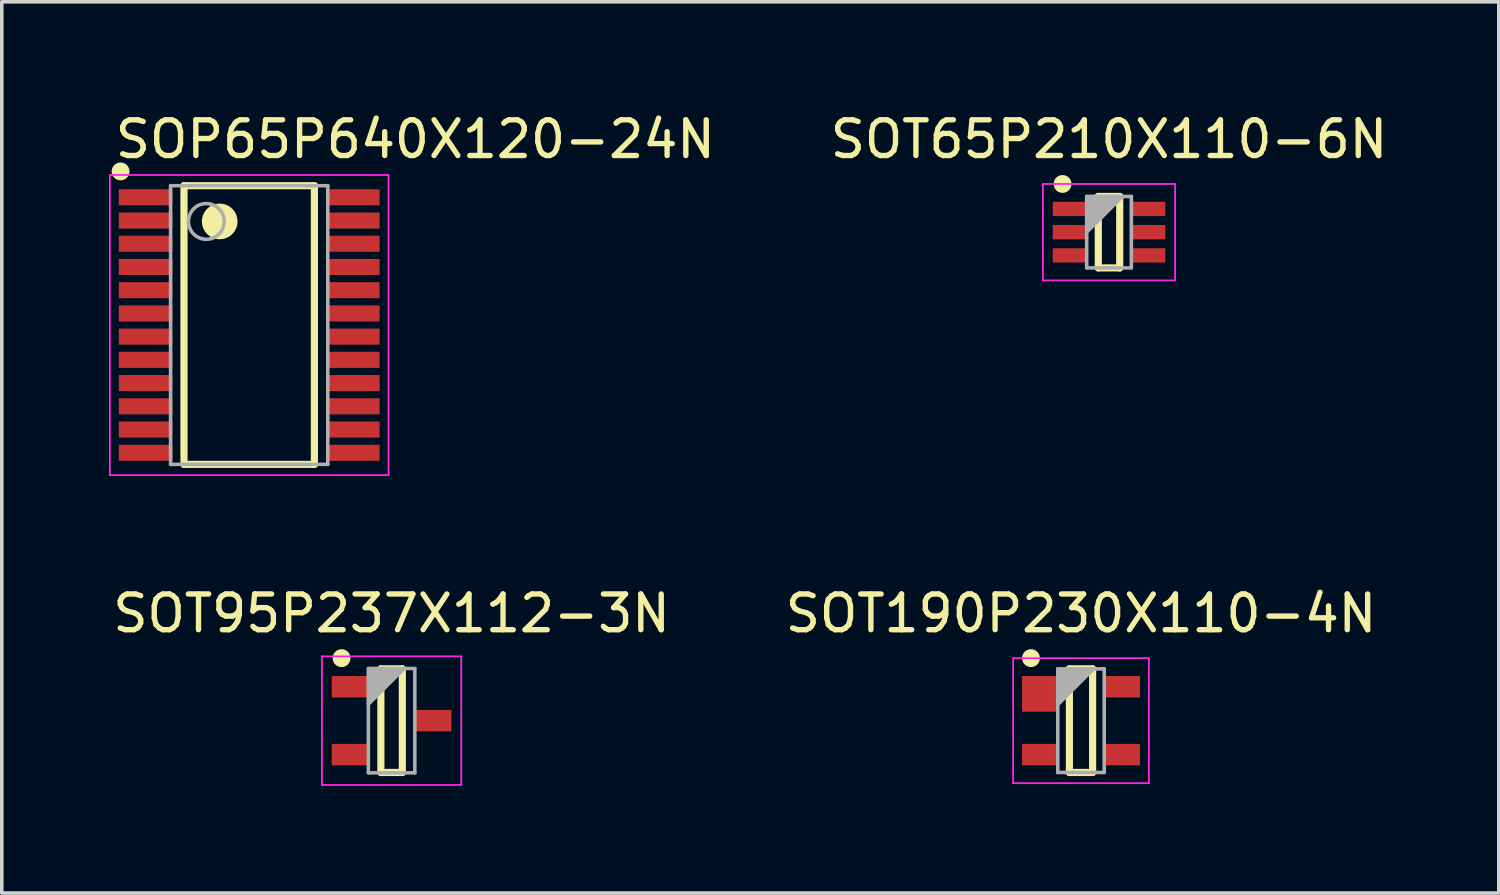
<source format=kicad_pcb>
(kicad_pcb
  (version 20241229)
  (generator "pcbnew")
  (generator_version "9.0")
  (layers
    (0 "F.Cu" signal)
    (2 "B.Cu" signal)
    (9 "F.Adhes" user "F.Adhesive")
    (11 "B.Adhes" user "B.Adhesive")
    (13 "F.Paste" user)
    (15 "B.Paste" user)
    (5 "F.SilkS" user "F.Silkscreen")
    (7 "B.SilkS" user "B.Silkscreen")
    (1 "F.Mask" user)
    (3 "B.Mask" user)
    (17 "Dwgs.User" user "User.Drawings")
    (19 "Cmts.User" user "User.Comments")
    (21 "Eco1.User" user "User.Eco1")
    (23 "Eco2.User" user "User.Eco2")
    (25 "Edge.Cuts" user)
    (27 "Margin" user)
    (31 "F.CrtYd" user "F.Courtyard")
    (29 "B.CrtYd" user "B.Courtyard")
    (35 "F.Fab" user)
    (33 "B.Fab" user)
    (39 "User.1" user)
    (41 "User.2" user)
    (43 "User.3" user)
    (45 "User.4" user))
  (footprint "SOT65P210X110-6N"
    (layer "F.Cu")
    (at 27.992 3.449)
    (property "Reference" "SOT65P210X110-6N" (at 0 -2.601 180) (layer "F.SilkS") (effects (font (size 1 1) (thickness 0.15))))
    (attr smd)
    (fp_line (start -0.3 -1) (end 0.3 -1) (stroke (width 0.2) (type solid)) (layer "F.SilkS"))
    (fp_line (start -0.3 1) (end -0.3 -1) (stroke (width 0.2) (type solid)) (layer "F.SilkS"))
    (fp_line (start -0.3 1) (end 0.3 1) (stroke (width 0.2) (type solid)) (layer "F.SilkS"))
    (fp_line (start 0.3 1) (end 0.3 -1) (stroke (width 0.2) (type solid)) (layer "F.SilkS"))
    (fp_circle (center -1.3 -1.35) (end -1.175 -1.35) (stroke (width 0.25) (type solid)) (fill no) (layer "F.SilkS"))
    (fp_line (start -1.85 -1.35) (end 1.85 -1.35) (stroke (width 0.05) (type solid)) (layer "F.CrtYd"))
    (fp_line (start -1.85 1.35) (end -1.85 -1.35) (stroke (width 0.05) (type solid)) (layer "F.CrtYd"))
    (fp_line (start -1.85 1.35) (end 1.85 1.35) (stroke (width 0.05) (type solid)) (layer "F.CrtYd"))
    (fp_line (start 1.85 1.35) (end 1.85 -1.35) (stroke (width 0.05) (type solid)) (layer "F.CrtYd"))
    (fp_line (start -0.625 -1) (end 0.625 -1) (stroke (width 0.1) (type solid)) (layer "F.Fab"))
    (fp_line (start -0.625 -0.9) (end -0.525 -1) (stroke (width 0.1) (type solid)) (layer "F.Fab"))
    (fp_line (start -0.625 -0.8) (end -0.425 -1) (stroke (width 0.1) (type solid)) (layer "F.Fab"))
    (fp_line (start -0.625 -0.7) (end -0.325 -1) (stroke (width 0.1) (type solid)) (layer "F.Fab"))
    (fp_line (start -0.625 -0.6) (end -0.225 -1) (stroke (width 0.1) (type solid)) (layer "F.Fab"))
    (fp_line (start -0.625 -0.5) (end -0.125 -1) (stroke (width 0.1) (type solid)) (layer "F.Fab"))
    (fp_line (start -0.625 -0.4) (end -0.025 -1) (stroke (width 0.1) (type solid)) (layer "F.Fab"))
    (fp_line (start -0.625 -0.3) (end 0.075 -1) (stroke (width 0.1) (type solid)) (layer "F.Fab"))
    (fp_line (start -0.625 -0.2) (end 0.175 -1) (stroke (width 0.1) (type solid)) (layer "F.Fab"))
    (fp_line (start -0.625 -0.1) (end 0.275 -1) (stroke (width 0.1) (type solid)) (layer "F.Fab"))
    (fp_line (start -0.625 0) (end 0.375 -1) (stroke (width 0.1) (type solid)) (layer "F.Fab"))
    (fp_line (start -0.625 1) (end -0.625 -1) (stroke (width 0.1) (type solid)) (layer "F.Fab"))
    (fp_line (start -0.625 1) (end 0.625 1) (stroke (width 0.1) (type solid)) (layer "F.Fab"))
    (fp_line (start 0.625 1) (end 0.625 -1) (stroke (width 0.1) (type solid)) (layer "F.Fab"))
    (pad "1" smd rect (at -1.1 -0.65) (size 0.95 0.4) (layers "F.Cu" "F.Mask" "F.Paste"))
    (pad "2" smd rect (at -1.1 0) (size 0.95 0.4) (layers "F.Cu" "F.Mask" "F.Paste"))
    (pad "3" smd rect (at -1.1 0.65) (size 0.95 0.4) (layers "F.Cu" "F.Mask" "F.Paste"))
    (pad "4" smd rect (at 1.1 0.65) (size 0.95 0.4) (layers "F.Cu" "F.Mask" "F.Paste"))
    (pad "5" smd rect (at 1.1 0) (size 0.95 0.4) (layers "F.Cu" "F.Mask" "F.Paste"))
    (pad "6" smd rect (at 1.1 -0.65) (size 0.95 0.4) (layers "F.Cu" "F.Mask" "F.Paste")))
  (footprint "SOP65P640X120-24N"
    (layer "F.Cu")
    (at 3.925 6.048)
    (property "Reference" "SOP65P640X120-24N" (at 4.65 -5.2 0) (layer "F.SilkS") (effects (font (size 1 1) (thickness 0.15))))
    (attr smd)
    (fp_line (start -1.825 -3.9) (end 1.825 -3.9) (stroke (width 0.2) (type solid)) (layer "F.SilkS"))
    (fp_line (start -1.825 3.9) (end -1.825 -3.9) (stroke (width 0.2) (type solid)) (layer "F.SilkS"))
    (fp_line (start -1.825 3.9) (end 1.825 3.9) (stroke (width 0.2) (type solid)) (layer "F.SilkS"))
    (fp_line (start 1.825 3.9) (end 1.825 -3.9) (stroke (width 0.2) (type solid)) (layer "F.SilkS"))
    (fp_circle (center -3.6 -4.3) (end -3.475 -4.3) (stroke (width 0.25) (type solid)) (fill no) (layer "F.SilkS"))
    (fp_circle (center -0.825 -2.9) (end -0.575 -2.9) (stroke (width 0.5) (type solid)) (fill no) (layer "F.SilkS"))
    (fp_line (start -3.9 -4.2) (end 3.9 -4.2) (stroke (width 0.05) (type solid)) (layer "F.CrtYd"))
    (fp_line (start -3.9 4.2) (end -3.9 -4.2) (stroke (width 0.05) (type solid)) (layer "F.CrtYd"))
    (fp_line (start -3.9 4.2) (end 3.9 4.2) (stroke (width 0.05) (type solid)) (layer "F.CrtYd"))
    (fp_line (start 3.9 4.2) (end 3.9 -4.2) (stroke (width 0.05) (type solid)) (layer "F.CrtYd"))
    (fp_line (start -2.2 -3.9) (end 2.2 -3.9) (stroke (width 0.1) (type solid)) (layer "F.Fab"))
    (fp_line (start -2.2 3.9) (end -2.2 -3.9) (stroke (width 0.1) (type solid)) (layer "F.Fab"))
    (fp_line (start -2.2 3.9) (end 2.2 3.9) (stroke (width 0.1) (type solid)) (layer "F.Fab"))
    (fp_line (start 2.2 3.9) (end 2.2 -3.9) (stroke (width 0.1) (type solid)) (layer "F.Fab"))
    (fp_circle (center -1.2 -2.9) (end -0.7 -2.9) (stroke (width 0.1) (type solid)) (fill no) (layer "F.Fab"))
    (pad "1" smd rect (at -2.9 -3.575) (size 1.5 0.45) (layers "F.Cu" "F.Mask" "F.Paste"))
    (pad "2" smd rect (at -2.9 -2.925) (size 1.5 0.45) (layers "F.Cu" "F.Mask" "F.Paste"))
    (pad "3" smd rect (at -2.9 -2.275) (size 1.5 0.45) (layers "F.Cu" "F.Mask" "F.Paste"))
    (pad "4" smd rect (at -2.9 -1.625) (size 1.5 0.45) (layers "F.Cu" "F.Mask" "F.Paste"))
    (pad "5" smd rect (at -2.9 -0.975) (size 1.5 0.45) (layers "F.Cu" "F.Mask" "F.Paste"))
    (pad "6" smd rect (at -2.9 -0.325) (size 1.5 0.45) (layers "F.Cu" "F.Mask" "F.Paste"))
    (pad "7" smd rect (at -2.9 0.325) (size 1.5 0.45) (layers "F.Cu" "F.Mask" "F.Paste"))
    (pad "8" smd rect (at -2.9 0.975) (size 1.5 0.45) (layers "F.Cu" "F.Mask" "F.Paste"))
    (pad "9" smd rect (at -2.9 1.625) (size 1.5 0.45) (layers "F.Cu" "F.Mask" "F.Paste"))
    (pad "10" smd rect (at -2.9 2.275) (size 1.5 0.45) (layers "F.Cu" "F.Mask" "F.Paste"))
    (pad "11" smd rect (at -2.9 2.925) (size 1.5 0.45) (layers "F.Cu" "F.Mask" "F.Paste"))
    (pad "12" smd rect (at -2.9 3.575) (size 1.5 0.45) (layers "F.Cu" "F.Mask" "F.Paste"))
    (pad "13" smd rect (at 2.9 3.575) (size 1.5 0.45) (layers "F.Cu" "F.Mask" "F.Paste"))
    (pad "14" smd rect (at 2.9 2.925) (size 1.5 0.45) (layers "F.Cu" "F.Mask" "F.Paste"))
    (pad "15" smd rect (at 2.9 2.275) (size 1.5 0.45) (layers "F.Cu" "F.Mask" "F.Paste"))
    (pad "16" smd rect (at 2.9 1.625) (size 1.5 0.45) (layers "F.Cu" "F.Mask" "F.Paste"))
    (pad "17" smd rect (at 2.9 0.975) (size 1.5 0.45) (layers "F.Cu" "F.Mask" "F.Paste"))
    (pad "18" smd rect (at 2.9 0.325) (size 1.5 0.45) (layers "F.Cu" "F.Mask" "F.Paste"))
    (pad "19" smd rect (at 2.9 -0.325) (size 1.5 0.45) (layers "F.Cu" "F.Mask" "F.Paste"))
    (pad "20" smd rect (at 2.9 -0.975) (size 1.5 0.45) (layers "F.Cu" "F.Mask" "F.Paste"))
    (pad "21" smd rect (at 2.9 -1.625) (size 1.5 0.45) (layers "F.Cu" "F.Mask" "F.Paste"))
    (pad "22" smd rect (at 2.9 -2.275) (size 1.5 0.45) (layers "F.Cu" "F.Mask" "F.Paste"))
    (pad "23" smd rect (at 2.9 -2.925) (size 1.5 0.45) (layers "F.Cu" "F.Mask" "F.Paste"))
    (pad "24" smd rect (at 2.9 -3.575) (size 1.5 0.45) (layers "F.Cu" "F.Mask" "F.Paste")))
  (footprint "SOT190P230X110-4N"
    (layer "F.Cu")
    (at 27.208 17.122)
    (property "Reference" "SOT190P230X110-4N" (at 0 -3.001 0) (layer "F.SilkS") (effects (font (size 1 1) (thickness 0.15))))
    (attr smd)
    (fp_line (start -0.325 -1.45) (end -0.325 1.45) (stroke (width 0.2) (type solid)) (layer "F.SilkS"))
    (fp_line (start 0.325 -1.45) (end -0.325 -1.45) (stroke (width 0.2) (type solid)) (layer "F.SilkS"))
    (fp_line (start 0.325 -1.45) (end 0.325 1.45) (stroke (width 0.2) (type solid)) (layer "F.SilkS"))
    (fp_line (start 0.325 1.45) (end -0.325 1.45) (stroke (width 0.2) (type solid)) (layer "F.SilkS"))
    (fp_circle (center -1.4 -1.75) (end -1.275 -1.75) (stroke (width 0.25) (type solid)) (fill no) (layer "F.SilkS"))
    (fp_line (start -1.9 -1.75) (end -1.9 1.75) (stroke (width 0.05) (type solid)) (layer "F.CrtYd"))
    (fp_line (start 1.9 -1.75) (end -1.9 -1.75) (stroke (width 0.05) (type solid)) (layer "F.CrtYd"))
    (fp_line (start 1.9 -1.75) (end 1.9 1.75) (stroke (width 0.05) (type solid)) (layer "F.CrtYd"))
    (fp_line (start 1.9 1.75) (end -1.9 1.75) (stroke (width 0.05) (type solid)) (layer "F.CrtYd"))
    (fp_line (start -0.65 -1.45) (end -0.65 1.45) (stroke (width 0.1) (type solid)) (layer "F.Fab"))
    (fp_line (start -0.55 -1.45) (end -0.65 -1.35) (stroke (width 0.1) (type solid)) (layer "F.Fab"))
    (fp_line (start -0.45 -1.45) (end -0.65 -1.25) (stroke (width 0.1) (type solid)) (layer "F.Fab"))
    (fp_line (start -0.35 -1.45) (end -0.65 -1.15) (stroke (width 0.1) (type solid)) (layer "F.Fab"))
    (fp_line (start -0.25 -1.45) (end -0.65 -1.05) (stroke (width 0.1) (type solid)) (layer "F.Fab"))
    (fp_line (start -0.15 -1.45) (end -0.65 -0.95) (stroke (width 0.1) (type solid)) (layer "F.Fab"))
    (fp_line (start -0.05 -1.45) (end -0.65 -0.85) (stroke (width 0.1) (type solid)) (layer "F.Fab"))
    (fp_line (start 0.05 -1.45) (end -0.65 -0.75) (stroke (width 0.1) (type solid)) (layer "F.Fab"))
    (fp_line (start 0.15 -1.45) (end -0.65 -0.65) (stroke (width 0.1) (type solid)) (layer "F.Fab"))
    (fp_line (start 0.25 -1.45) (end -0.65 -0.55) (stroke (width 0.1) (type solid)) (layer "F.Fab"))
    (fp_line (start 0.35 -1.45) (end -0.65 -0.45) (stroke (width 0.1) (type solid)) (layer "F.Fab"))
    (fp_line (start 0.65 -1.45) (end -0.65 -1.45) (stroke (width 0.1) (type solid)) (layer "F.Fab"))
    (fp_line (start 0.65 -1.45) (end 0.65 1.45) (stroke (width 0.1) (type solid)) (layer "F.Fab"))
    (fp_line (start 0.65 1.45) (end -0.65 1.45) (stroke (width 0.1) (type solid)) (layer "F.Fab"))
    (pad "1" smd rect (at -1.15 -0.75 270) (size 1 1) (layers "F.Cu" "F.Mask" "F.Paste"))
    (pad "2" smd rect (at -1.15 0.95 180) (size 1 0.6) (layers "F.Cu" "F.Mask" "F.Paste"))
    (pad "3" smd rect (at 1.15 0.95 180) (size 1 0.6) (layers "F.Cu" "F.Mask" "F.Paste"))
    (pad "4" smd rect (at 1.15 -0.95 180) (size 1 0.6) (layers "F.Cu" "F.Mask" "F.Paste")))
  (footprint "SOT95P237X112-3N"
    (layer "F.Cu")
    (at 7.911 17.122)
    (property "Reference" "SOT95P237X112-3N" (at 0 -3.001 0) (layer "F.SilkS") (effects (font (size 1 1) (thickness 0.15))))
    (attr smd)
    (fp_line (start -0.3 -1.45) (end 0.3 -1.45) (stroke (width 0.2) (type solid)) (layer "F.SilkS"))
    (fp_line (start -0.3 1.45) (end -0.3 -1.45) (stroke (width 0.2) (type solid)) (layer "F.SilkS"))
    (fp_line (start -0.3 1.45) (end 0.3 1.45) (stroke (width 0.2) (type solid)) (layer "F.SilkS"))
    (fp_line (start 0.3 1.45) (end 0.3 -1.45) (stroke (width 0.2) (type solid)) (layer "F.SilkS"))
    (fp_circle (center -1.4 -1.75) (end -1.275 -1.75) (stroke (width 0.25) (type solid)) (fill no) (layer "F.SilkS"))
    (fp_line (start -1.95 -1.8) (end 1.95 -1.8) (stroke (width 0.05) (type solid)) (layer "F.CrtYd"))
    (fp_line (start -1.95 1.8) (end -1.95 -1.8) (stroke (width 0.05) (type solid)) (layer "F.CrtYd"))
    (fp_line (start -1.95 1.8) (end 1.95 1.8) (stroke (width 0.05) (type solid)) (layer "F.CrtYd"))
    (fp_line (start 1.95 1.8) (end 1.95 -1.8) (stroke (width 0.05) (type solid)) (layer "F.CrtYd"))
    (fp_line (start -0.65 -1.46) (end 0.65 -1.46) (stroke (width 0.1) (type solid)) (layer "F.Fab"))
    (fp_line (start -0.65 -1.36) (end -0.55 -1.46) (stroke (width 0.1) (type solid)) (layer "F.Fab"))
    (fp_line (start -0.65 -1.26) (end -0.45 -1.46) (stroke (width 0.1) (type solid)) (layer "F.Fab"))
    (fp_line (start -0.65 -1.16) (end -0.35 -1.46) (stroke (width 0.1) (type solid)) (layer "F.Fab"))
    (fp_line (start -0.65 -1.06) (end -0.25 -1.46) (stroke (width 0.1) (type solid)) (layer "F.Fab"))
    (fp_line (start -0.65 -0.96) (end -0.15 -1.46) (stroke (width 0.1) (type solid)) (layer "F.Fab"))
    (fp_line (start -0.65 -0.86) (end -0.05 -1.46) (stroke (width 0.1) (type solid)) (layer "F.Fab"))
    (fp_line (start -0.65 -0.76) (end 0.05 -1.46) (stroke (width 0.1) (type solid)) (layer "F.Fab"))
    (fp_line (start -0.65 -0.66) (end 0.15 -1.46) (stroke (width 0.1) (type solid)) (layer "F.Fab"))
    (fp_line (start -0.65 -0.56) (end 0.25 -1.46) (stroke (width 0.1) (type solid)) (layer "F.Fab"))
    (fp_line (start -0.65 -0.46) (end 0.35 -1.46) (stroke (width 0.1) (type solid)) (layer "F.Fab"))
    (fp_line (start -0.65 1.46) (end -0.65 -1.46) (stroke (width 0.1) (type solid)) (layer "F.Fab"))
    (fp_line (start -0.65 1.46) (end 0.65 1.46) (stroke (width 0.1) (type solid)) (layer "F.Fab"))
    (fp_line (start 0.65 1.46) (end 0.65 -1.46) (stroke (width 0.1) (type solid)) (layer "F.Fab"))
    (pad "1" smd rect (at -1.15 -0.95) (size 1.05 0.6) (layers "F.Cu" "F.Mask" "F.Paste"))
    (pad "2" smd rect (at -1.15 0.95) (size 1.05 0.6) (layers "F.Cu" "F.Mask" "F.Paste"))
    (pad "3" smd rect (at 1.15 0) (size 1.05 0.6) (layers "F.Cu" "F.Mask" "F.Paste")))
  (gr_rect
    (start -3 -3)
    (end 38.902 21.948)
    (stroke (width 0.1) (type default))
    (fill no)
    (layer "Edge.Cuts")))
</source>
